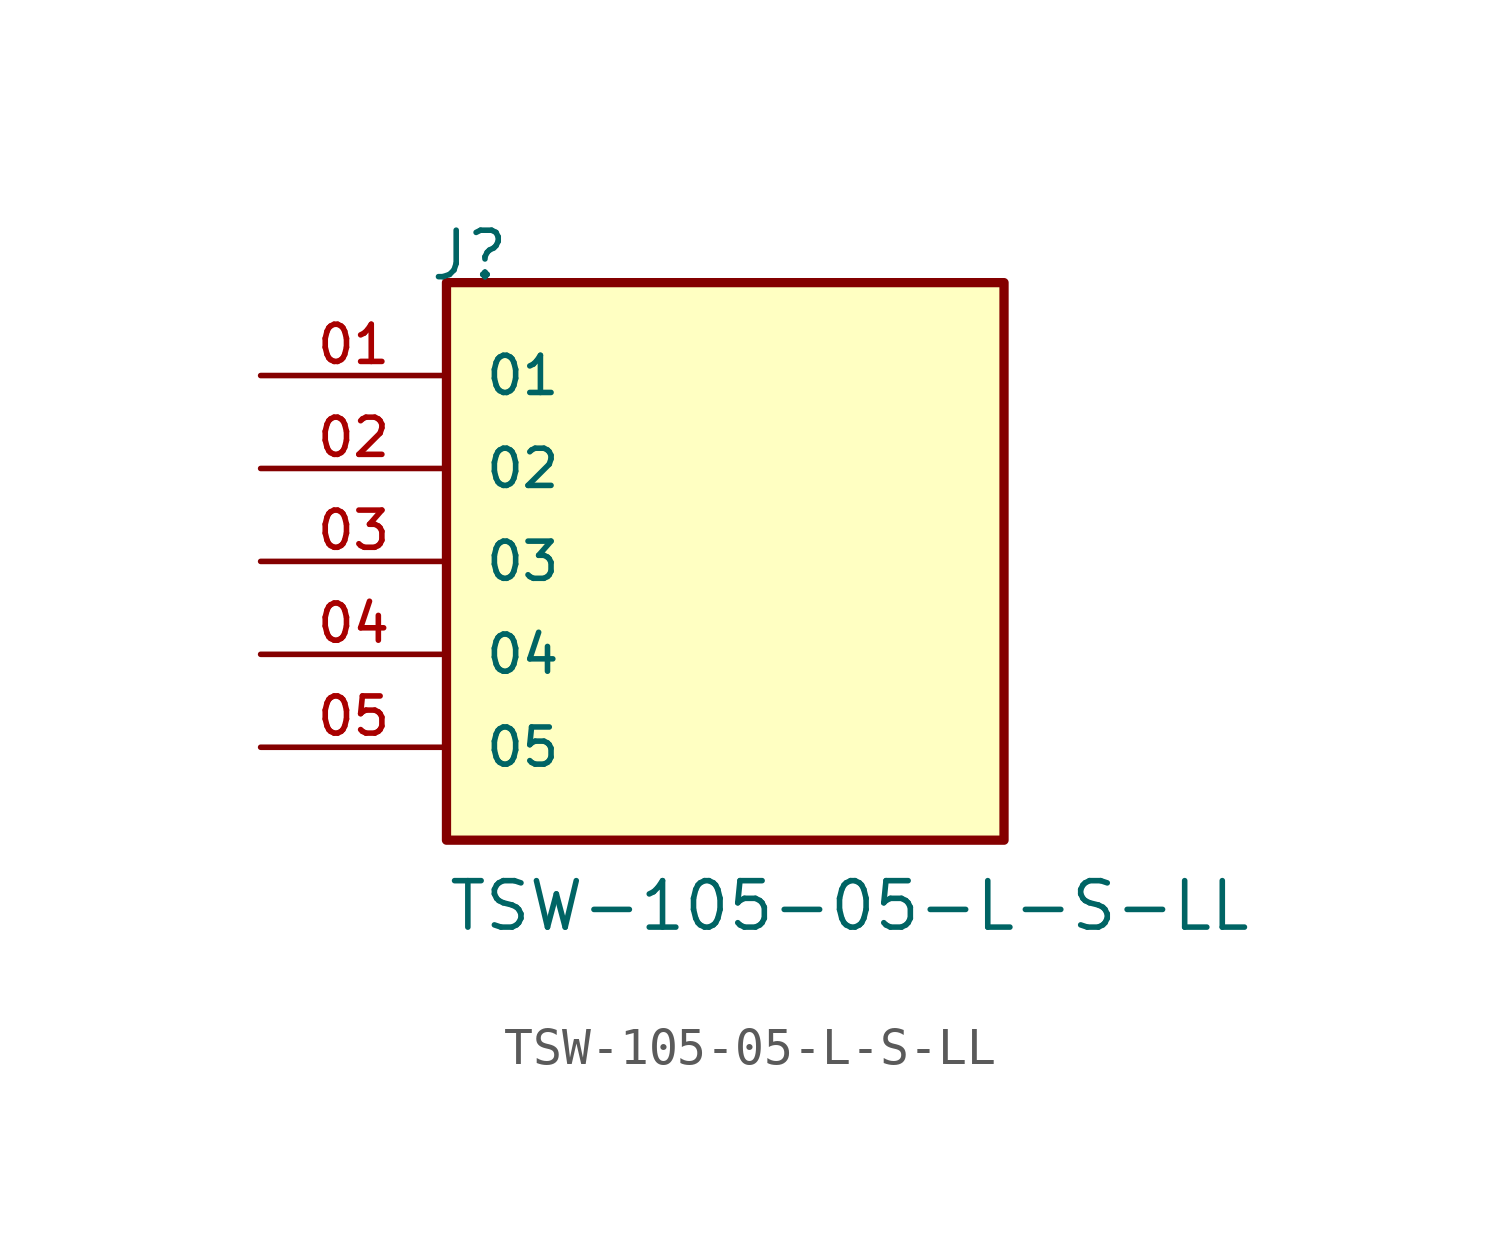
<source format=kicad_sym>
(kicad_symbol_lib
  (version 20211014)
  (generator kicad_symbol_editor)
  (symbol "TSW-105-05-L-S-LL"
    (pin_names
      (offset 1.016))
    (property "Reference" "J"
      (at -8.12 7.62 0)
      (effects (font (size 1.27 1.27)) (justify bottom left)))
    (property "Value" "TSW-105-05-L-S-LL"
      (at -7.62 -10.16 0)
      (effects (font (size 1.27 1.27)) (justify bottom left)))
    (symbol "TSW-105-05-L-S-LL_0_0"
      (rectangle (start -7.62 -7.62) (end 7.62 7.62) (stroke (width 0.254)) (fill (type background)))
      (pin passive line (at -12.7 5.08 0) (length 5.08) (name "01" (effects (font (size 1.016 1.016)))) (number "01" (effects (font (size 1.016 1.016)))))
      (pin passive line (at -12.7 2.54 0) (length 5.08) (name "02" (effects (font (size 1.016 1.016)))) (number "02" (effects (font (size 1.016 1.016)))))
      (pin passive line (at -12.7 0.0 0) (length 5.08) (name "03" (effects (font (size 1.016 1.016)))) (number "03" (effects (font (size 1.016 1.016)))))
      (pin passive line (at -12.7 -2.54 0) (length 5.08) (name "04" (effects (font (size 1.016 1.016)))) (number "04" (effects (font (size 1.016 1.016)))))
      (pin passive line (at -12.7 -5.08 0) (length 5.08) (name "05" (effects (font (size 1.016 1.016)))) (number "05" (effects (font (size 1.016 1.016))))))))
</source>
